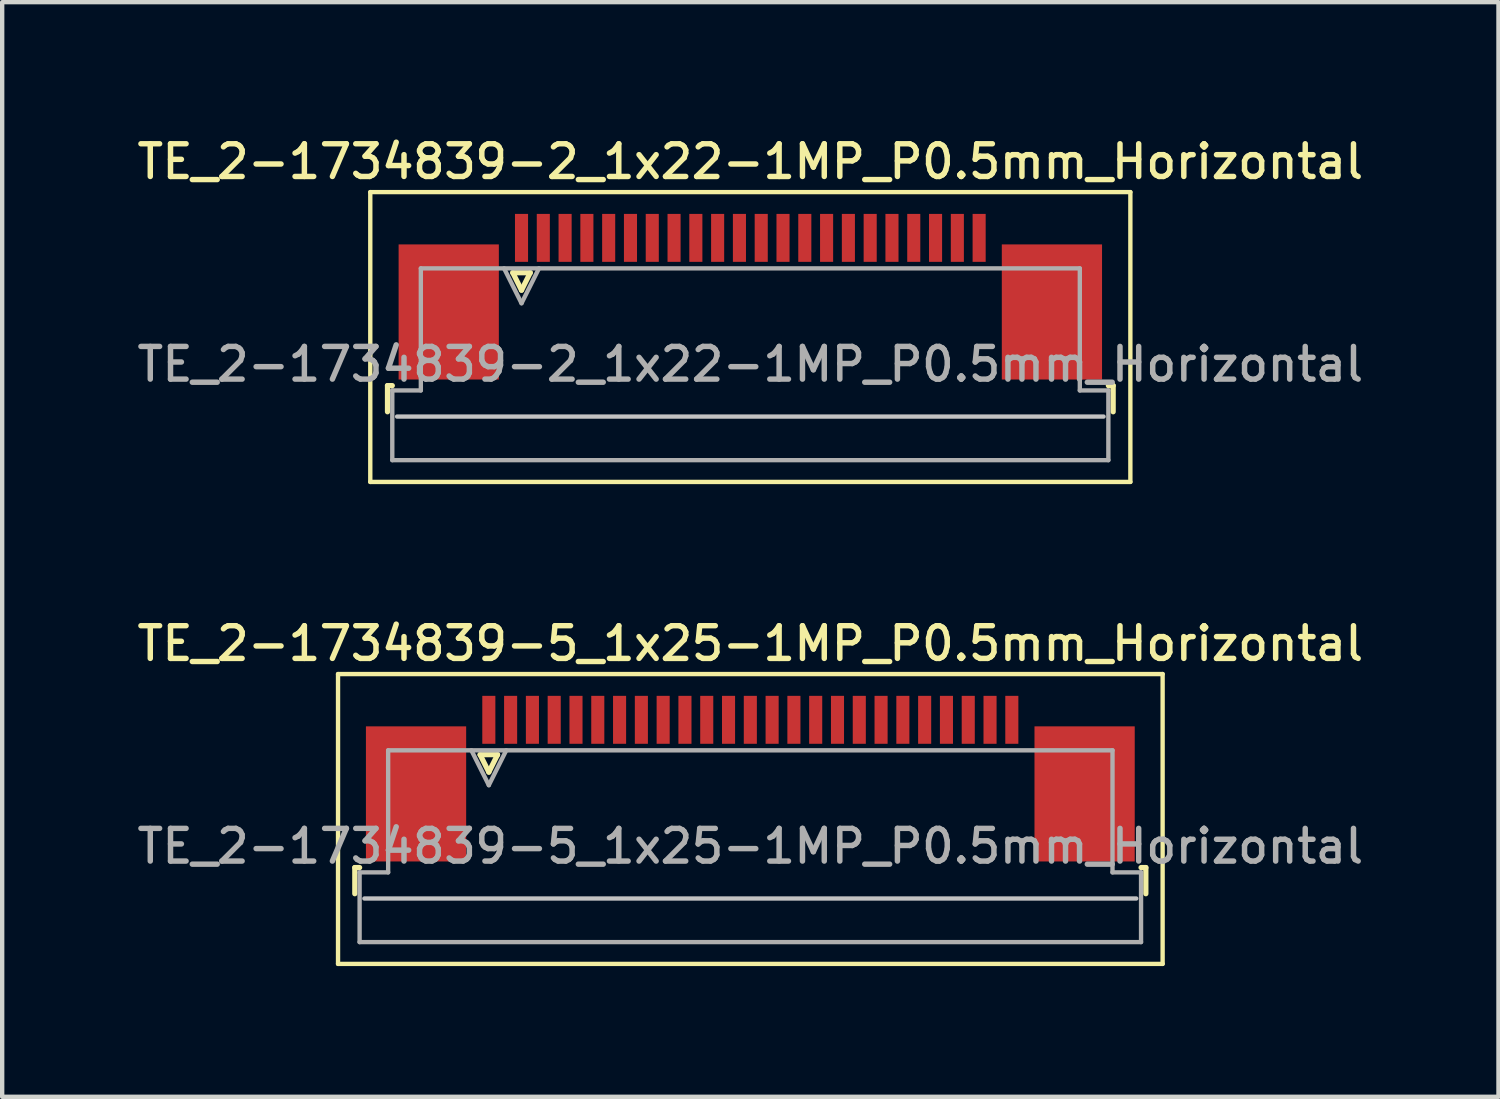
<source format=kicad_pcb>
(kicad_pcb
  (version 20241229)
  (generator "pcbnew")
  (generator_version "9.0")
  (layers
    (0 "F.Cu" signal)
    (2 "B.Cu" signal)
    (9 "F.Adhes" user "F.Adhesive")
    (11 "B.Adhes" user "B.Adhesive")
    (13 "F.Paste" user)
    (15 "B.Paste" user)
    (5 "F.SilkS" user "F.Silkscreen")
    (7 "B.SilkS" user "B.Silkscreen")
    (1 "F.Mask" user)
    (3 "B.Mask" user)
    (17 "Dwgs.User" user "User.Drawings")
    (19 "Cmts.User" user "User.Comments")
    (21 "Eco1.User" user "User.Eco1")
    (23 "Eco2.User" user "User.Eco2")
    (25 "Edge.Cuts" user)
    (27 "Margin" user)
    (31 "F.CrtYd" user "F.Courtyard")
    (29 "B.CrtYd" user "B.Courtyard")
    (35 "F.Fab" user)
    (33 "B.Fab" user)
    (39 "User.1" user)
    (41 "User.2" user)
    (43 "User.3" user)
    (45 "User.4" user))
  (footprint "TE_2-1734839-5_1x25-1MP_P0.5mm_Horizontal"
    (layer "F.Cu")
    (at 14.166 14.816)
    (property "Reference" "TE_2-1734839-5_1x25-1MP_P0.5mm_Horizontal" (at 0 -3.1 0) (layer "F.SilkS") (effects (font (size 0.75 0.75) (thickness 0.125))))
    (attr smd)
    (fp_line (start -9.46 -2.4) (end -9.46 4.25) (stroke (width 0.1) (type solid)) (layer "F.SilkS"))
    (fp_line (start -9.46 4.25) (end 9.46 4.25) (stroke (width 0.1) (type solid)) (layer "F.SilkS"))
    (fp_line (start -9.075 2.04) (end -9.075 2.64) (stroke (width 0.12) (type solid)) (layer "F.SilkS"))
    (fp_line (start -8.965 2.04) (end -9.075 2.04) (stroke (width 0.12) (type solid)) (layer "F.SilkS"))
    (fp_line (start -6.2 -0.55) (end -6 -0.15) (stroke (width 0.12) (type solid)) (layer "F.SilkS"))
    (fp_line (start -6 -0.15) (end -5.8 -0.55) (stroke (width 0.12) (type solid)) (layer "F.SilkS"))
    (fp_line (start -5.8 -0.55) (end -6.2 -0.55) (stroke (width 0.12) (type solid)) (layer "F.SilkS"))
    (fp_line (start 8.965 2.04) (end 9.075 2.04) (stroke (width 0.12) (type solid)) (layer "F.SilkS"))
    (fp_line (start 9.075 2.04) (end 9.075 2.64) (stroke (width 0.12) (type solid)) (layer "F.SilkS"))
    (fp_line (start 9.46 -2.4) (end -9.46 -2.4) (stroke (width 0.1) (type solid)) (layer "F.SilkS"))
    (fp_line (start 9.46 4.25) (end 9.46 -2.4) (stroke (width 0.1) (type solid)) (layer "F.SilkS"))
    (fp_line (start 8.855 2.75) (end -8.855 2.75) (stroke (width 0.1) (type solid)) (layer "Dwgs.User"))
    (fp_line (start -8.965 2.15) (end -8.31 2.15) (stroke (width 0.1) (type solid)) (layer "F.Fab"))
    (fp_line (start -8.965 3.75) (end -8.965 2.15) (stroke (width 0.1) (type solid)) (layer "F.Fab"))
    (fp_line (start -8.31 -0.65) (end 8.31 -0.65) (stroke (width 0.1) (type solid)) (layer "F.Fab"))
    (fp_line (start -8.31 2.15) (end -8.31 -0.65) (stroke (width 0.1) (type solid)) (layer "F.Fab"))
    (fp_line (start -6.4 -0.65) (end -6 0.15) (stroke (width 0.1) (type solid)) (layer "F.Fab"))
    (fp_line (start -6 0.15) (end -5.6 -0.65) (stroke (width 0.1) (type solid)) (layer "F.Fab"))
    (fp_line (start 8.31 -0.65) (end 8.31 2.15) (stroke (width 0.1) (type solid)) (layer "F.Fab"))
    (fp_line (start 8.31 2.15) (end 8.965 2.15) (stroke (width 0.1) (type solid)) (layer "F.Fab"))
    (fp_line (start 8.965 2.15) (end 8.965 3.75) (stroke (width 0.1) (type solid)) (layer "F.Fab"))
    (fp_line (start 8.965 3.75) (end -8.965 3.75) (stroke (width 0.1) (type solid)) (layer "F.Fab"))
    (fp_text user "${REFERENCE}" (at 0 1.55 0) (layer "F.Fab") (effects (font (size 0.75 0.75) (thickness 0.125))))
    (pad "1" smd rect (at -6 -1.35) (size 0.3 1.1) (layers "F.Cu" "F.Mask" "F.Paste"))
    (pad "2" smd rect (at -5.5 -1.35) (size 0.3 1.1) (layers "F.Cu" "F.Mask" "F.Paste"))
    (pad "3" smd rect (at -5 -1.35) (size 0.3 1.1) (layers "F.Cu" "F.Mask" "F.Paste"))
    (pad "4" smd rect (at -4.5 -1.35) (size 0.3 1.1) (layers "F.Cu" "F.Mask" "F.Paste"))
    (pad "5" smd rect (at -4 -1.35) (size 0.3 1.1) (layers "F.Cu" "F.Mask" "F.Paste"))
    (pad "6" smd rect (at -3.5 -1.35) (size 0.3 1.1) (layers "F.Cu" "F.Mask" "F.Paste"))
    (pad "7" smd rect (at -3 -1.35) (size 0.3 1.1) (layers "F.Cu" "F.Mask" "F.Paste"))
    (pad "8" smd rect (at -2.5 -1.35) (size 0.3 1.1) (layers "F.Cu" "F.Mask" "F.Paste"))
    (pad "9" smd rect (at -2 -1.35) (size 0.3 1.1) (layers "F.Cu" "F.Mask" "F.Paste"))
    (pad "10" smd rect (at -1.5 -1.35) (size 0.3 1.1) (layers "F.Cu" "F.Mask" "F.Paste"))
    (pad "11" smd rect (at -1 -1.35) (size 0.3 1.1) (layers "F.Cu" "F.Mask" "F.Paste"))
    (pad "12" smd rect (at -0.5 -1.35) (size 0.3 1.1) (layers "F.Cu" "F.Mask" "F.Paste"))
    (pad "13" smd rect (at 0 -1.35) (size 0.3 1.1) (layers "F.Cu" "F.Mask" "F.Paste"))
    (pad "14" smd rect (at 0.5 -1.35) (size 0.3 1.1) (layers "F.Cu" "F.Mask" "F.Paste"))
    (pad "15" smd rect (at 1 -1.35) (size 0.3 1.1) (layers "F.Cu" "F.Mask" "F.Paste"))
    (pad "16" smd rect (at 1.5 -1.35) (size 0.3 1.1) (layers "F.Cu" "F.Mask" "F.Paste"))
    (pad "17" smd rect (at 2 -1.35) (size 0.3 1.1) (layers "F.Cu" "F.Mask" "F.Paste"))
    (pad "18" smd rect (at 2.5 -1.35) (size 0.3 1.1) (layers "F.Cu" "F.Mask" "F.Paste"))
    (pad "19" smd rect (at 3 -1.35) (size 0.3 1.1) (layers "F.Cu" "F.Mask" "F.Paste"))
    (pad "20" smd rect (at 3.5 -1.35) (size 0.3 1.1) (layers "F.Cu" "F.Mask" "F.Paste"))
    (pad "21" smd rect (at 4 -1.35) (size 0.3 1.1) (layers "F.Cu" "F.Mask" "F.Paste"))
    (pad "22" smd rect (at 4.5 -1.35) (size 0.3 1.1) (layers "F.Cu" "F.Mask" "F.Paste"))
    (pad "23" smd rect (at 5 -1.35) (size 0.3 1.1) (layers "F.Cu" "F.Mask" "F.Paste"))
    (pad "24" smd rect (at 5.5 -1.35) (size 0.3 1.1) (layers "F.Cu" "F.Mask" "F.Paste"))
    (pad "25" smd rect (at 6 -1.35) (size 0.3 1.1) (layers "F.Cu" "F.Mask" "F.Paste"))
    (pad "MP" smd rect (at -7.67 0.35) (size 2.3 3.1) (layers "F.Cu" "F.Mask" "F.Paste"))
    (pad "MP" smd rect (at 7.67 0.35) (size 2.3 3.1) (layers "F.Cu" "F.Mask" "F.Paste")))
  (footprint "TE_2-1734839-2_1x22-1MP_P0.5mm_Horizontal"
    (layer "F.Cu")
    (at 14.166 3.758)
    (property "Reference" "TE_2-1734839-2_1x22-1MP_P0.5mm_Horizontal" (at 0 -3.1 0) (layer "F.SilkS") (effects (font (size 0.75 0.75) (thickness 0.125))))
    (attr smd)
    (fp_line (start -8.72 -2.4) (end -8.72 4.25) (stroke (width 0.1) (type solid)) (layer "F.SilkS"))
    (fp_line (start -8.72 4.25) (end 8.72 4.25) (stroke (width 0.1) (type solid)) (layer "F.SilkS"))
    (fp_line (start -8.325 2.04) (end -8.325 2.64) (stroke (width 0.12) (type solid)) (layer "F.SilkS"))
    (fp_line (start -8.215 2.04) (end -8.325 2.04) (stroke (width 0.12) (type solid)) (layer "F.SilkS"))
    (fp_line (start -5.45 -0.55) (end -5.25 -0.15) (stroke (width 0.12) (type solid)) (layer "F.SilkS"))
    (fp_line (start -5.25 -0.15) (end -5.05 -0.55) (stroke (width 0.12) (type solid)) (layer "F.SilkS"))
    (fp_line (start -5.05 -0.55) (end -5.45 -0.55) (stroke (width 0.12) (type solid)) (layer "F.SilkS"))
    (fp_line (start 8.215 2.04) (end 8.325 2.04) (stroke (width 0.12) (type solid)) (layer "F.SilkS"))
    (fp_line (start 8.325 2.04) (end 8.325 2.64) (stroke (width 0.12) (type solid)) (layer "F.SilkS"))
    (fp_line (start 8.72 -2.4) (end -8.72 -2.4) (stroke (width 0.1) (type solid)) (layer "F.SilkS"))
    (fp_line (start 8.72 4.25) (end 8.72 -2.4) (stroke (width 0.1) (type solid)) (layer "F.SilkS"))
    (fp_line (start 8.105 2.75) (end -8.105 2.75) (stroke (width 0.1) (type solid)) (layer "Dwgs.User"))
    (fp_line (start -8.215 2.15) (end -7.56 2.15) (stroke (width 0.1) (type solid)) (layer "F.Fab"))
    (fp_line (start -8.215 3.75) (end -8.215 2.15) (stroke (width 0.1) (type solid)) (layer "F.Fab"))
    (fp_line (start -7.56 -0.65) (end 7.56 -0.65) (stroke (width 0.1) (type solid)) (layer "F.Fab"))
    (fp_line (start -7.56 2.15) (end -7.56 -0.65) (stroke (width 0.1) (type solid)) (layer "F.Fab"))
    (fp_line (start -5.65 -0.65) (end -5.25 0.15) (stroke (width 0.1) (type solid)) (layer "F.Fab"))
    (fp_line (start -5.25 0.15) (end -4.85 -0.65) (stroke (width 0.1) (type solid)) (layer "F.Fab"))
    (fp_line (start 7.56 -0.65) (end 7.56 2.15) (stroke (width 0.1) (type solid)) (layer "F.Fab"))
    (fp_line (start 7.56 2.15) (end 8.215 2.15) (stroke (width 0.1) (type solid)) (layer "F.Fab"))
    (fp_line (start 8.215 2.15) (end 8.215 3.75) (stroke (width 0.1) (type solid)) (layer "F.Fab"))
    (fp_line (start 8.215 3.75) (end -8.215 3.75) (stroke (width 0.1) (type solid)) (layer "F.Fab"))
    (fp_text user "${REFERENCE}" (at 0 1.55 0) (layer "F.Fab") (effects (font (size 0.75 0.75) (thickness 0.125))))
    (pad "1" smd rect (at -5.25 -1.35) (size 0.3 1.1) (layers "F.Cu" "F.Mask" "F.Paste"))
    (pad "2" smd rect (at -4.75 -1.35) (size 0.3 1.1) (layers "F.Cu" "F.Mask" "F.Paste"))
    (pad "3" smd rect (at -4.25 -1.35) (size 0.3 1.1) (layers "F.Cu" "F.Mask" "F.Paste"))
    (pad "4" smd rect (at -3.75 -1.35) (size 0.3 1.1) (layers "F.Cu" "F.Mask" "F.Paste"))
    (pad "5" smd rect (at -3.25 -1.35) (size 0.3 1.1) (layers "F.Cu" "F.Mask" "F.Paste"))
    (pad "6" smd rect (at -2.75 -1.35) (size 0.3 1.1) (layers "F.Cu" "F.Mask" "F.Paste"))
    (pad "7" smd rect (at -2.25 -1.35) (size 0.3 1.1) (layers "F.Cu" "F.Mask" "F.Paste"))
    (pad "8" smd rect (at -1.75 -1.35) (size 0.3 1.1) (layers "F.Cu" "F.Mask" "F.Paste"))
    (pad "9" smd rect (at -1.25 -1.35) (size 0.3 1.1) (layers "F.Cu" "F.Mask" "F.Paste"))
    (pad "10" smd rect (at -0.75 -1.35) (size 0.3 1.1) (layers "F.Cu" "F.Mask" "F.Paste"))
    (pad "11" smd rect (at -0.25 -1.35) (size 0.3 1.1) (layers "F.Cu" "F.Mask" "F.Paste"))
    (pad "12" smd rect (at 0.25 -1.35) (size 0.3 1.1) (layers "F.Cu" "F.Mask" "F.Paste"))
    (pad "13" smd rect (at 0.75 -1.35) (size 0.3 1.1) (layers "F.Cu" "F.Mask" "F.Paste"))
    (pad "14" smd rect (at 1.25 -1.35) (size 0.3 1.1) (layers "F.Cu" "F.Mask" "F.Paste"))
    (pad "15" smd rect (at 1.75 -1.35) (size 0.3 1.1) (layers "F.Cu" "F.Mask" "F.Paste"))
    (pad "16" smd rect (at 2.25 -1.35) (size 0.3 1.1) (layers "F.Cu" "F.Mask" "F.Paste"))
    (pad "17" smd rect (at 2.75 -1.35) (size 0.3 1.1) (layers "F.Cu" "F.Mask" "F.Paste"))
    (pad "18" smd rect (at 3.25 -1.35) (size 0.3 1.1) (layers "F.Cu" "F.Mask" "F.Paste"))
    (pad "19" smd rect (at 3.75 -1.35) (size 0.3 1.1) (layers "F.Cu" "F.Mask" "F.Paste"))
    (pad "20" smd rect (at 4.25 -1.35) (size 0.3 1.1) (layers "F.Cu" "F.Mask" "F.Paste"))
    (pad "21" smd rect (at 4.75 -1.35) (size 0.3 1.1) (layers "F.Cu" "F.Mask" "F.Paste"))
    (pad "22" smd rect (at 5.25 -1.35) (size 0.3 1.1) (layers "F.Cu" "F.Mask" "F.Paste"))
    (pad "MP" smd rect (at -6.92 0.35) (size 2.3 3.1) (layers "F.Cu" "F.Mask" "F.Paste"))
    (pad "MP" smd rect (at 6.92 0.35) (size 2.3 3.1) (layers "F.Cu" "F.Mask" "F.Paste")))
  (gr_rect
    (start -3 -3)
    (end 31.332 22.116)
    (stroke (width 0.1) (type default))
    (fill no)
    (layer "Edge.Cuts")))
</source>
